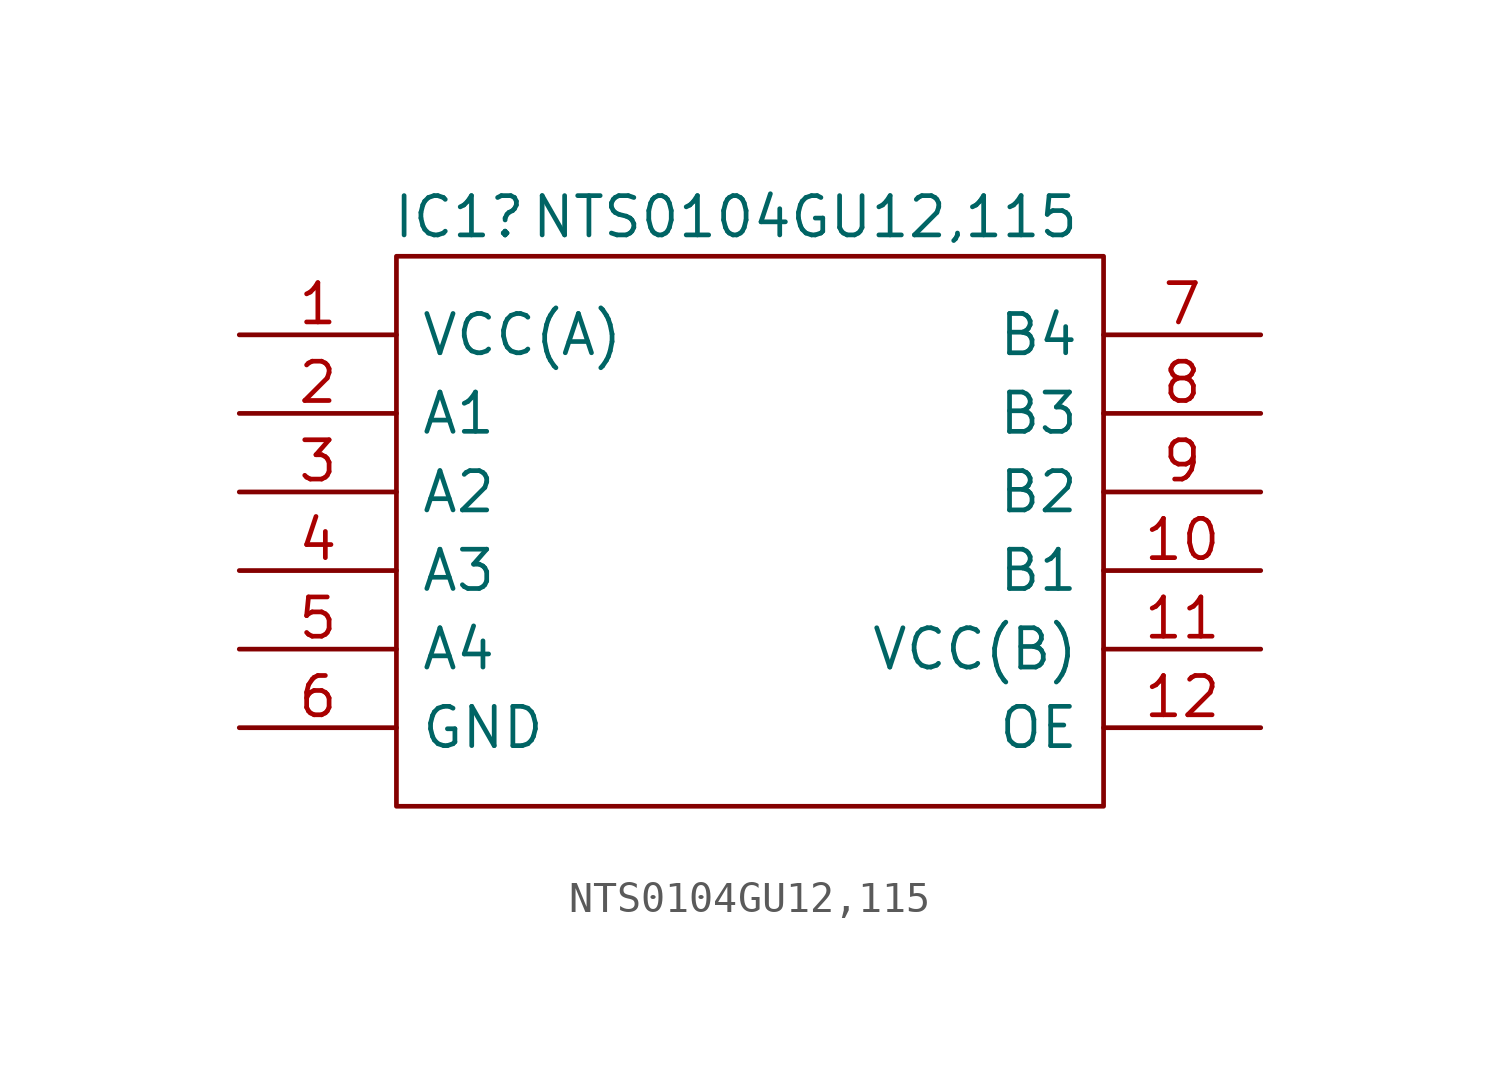
<source format=kicad_sym>
(kicad_symbol_lib
  (version 20220914)
  (generator kicad_symbol_editor)
  (symbol "NTS0104GU12,115"
    (pin_names
      (offset 0.762))
    (property "Reference" "IC1"
      (at 7.112 3.81 0)
      (effects (font (size 1.27 1.27))))
    (property "Value" "NTS0104GU12,115"
      (at 18.288 3.81 0)
      (effects (font (size 1.27 1.27))))
    (symbol "NTS0104GU12,115_0_0"
      (pin passive line (at 0 0 0) (length 5.08) (name "VCC(A)" (effects (font (size 1.27 1.27)))) (number "1" (effects (font (size 1.27 1.27)))))
      (pin passive line (at 33.02 -7.62 180) (length 5.08) (name "B1" (effects (font (size 1.27 1.27)))) (number "10" (effects (font (size 1.27 1.27)))))
      (pin passive line (at 33.02 -10.16 180) (length 5.08) (name "VCC(B)" (effects (font (size 1.27 1.27)))) (number "11" (effects (font (size 1.27 1.27)))))
      (pin passive line (at 33.02 -12.7 180) (length 5.08) (name "OE" (effects (font (size 1.27 1.27)))) (number "12" (effects (font (size 1.27 1.27)))))
      (pin passive line (at 0 -2.54 0) (length 5.08) (name "A1" (effects (font (size 1.27 1.27)))) (number "2" (effects (font (size 1.27 1.27)))))
      (pin passive line (at 0 -5.08 0) (length 5.08) (name "A2" (effects (font (size 1.27 1.27)))) (number "3" (effects (font (size 1.27 1.27)))))
      (pin passive line (at 0 -7.62 0) (length 5.08) (name "A3" (effects (font (size 1.27 1.27)))) (number "4" (effects (font (size 1.27 1.27)))))
      (pin passive line (at 0 -10.16 0) (length 5.08) (name "A4" (effects (font (size 1.27 1.27)))) (number "5" (effects (font (size 1.27 1.27)))))
      (pin passive line (at 0 -12.7 0) (length 5.08) (name "GND" (effects (font (size 1.27 1.27)))) (number "6" (effects (font (size 1.27 1.27)))))
      (pin passive line (at 33.02 0 180) (length 5.08) (name "B4" (effects (font (size 1.27 1.27)))) (number "7" (effects (font (size 1.27 1.27)))))
      (pin passive line (at 33.02 -2.54 180) (length 5.08) (name "B3" (effects (font (size 1.27 1.27)))) (number "8" (effects (font (size 1.27 1.27)))))
      (pin passive line (at 33.02 -5.08 180) (length 5.08) (name "B2" (effects (font (size 1.27 1.27)))) (number "9" (effects (font (size 1.27 1.27))))))
    (symbol "NTS0104GU12,115_0_1"
      (polyline (pts (xy 5.08 2.54) (xy 27.94 2.54) (xy 27.94 -15.24) (xy 5.08 -15.24) (xy 5.08 2.54)) (stroke (width 0.152) (type default)) (fill (type none))))))
</source>
